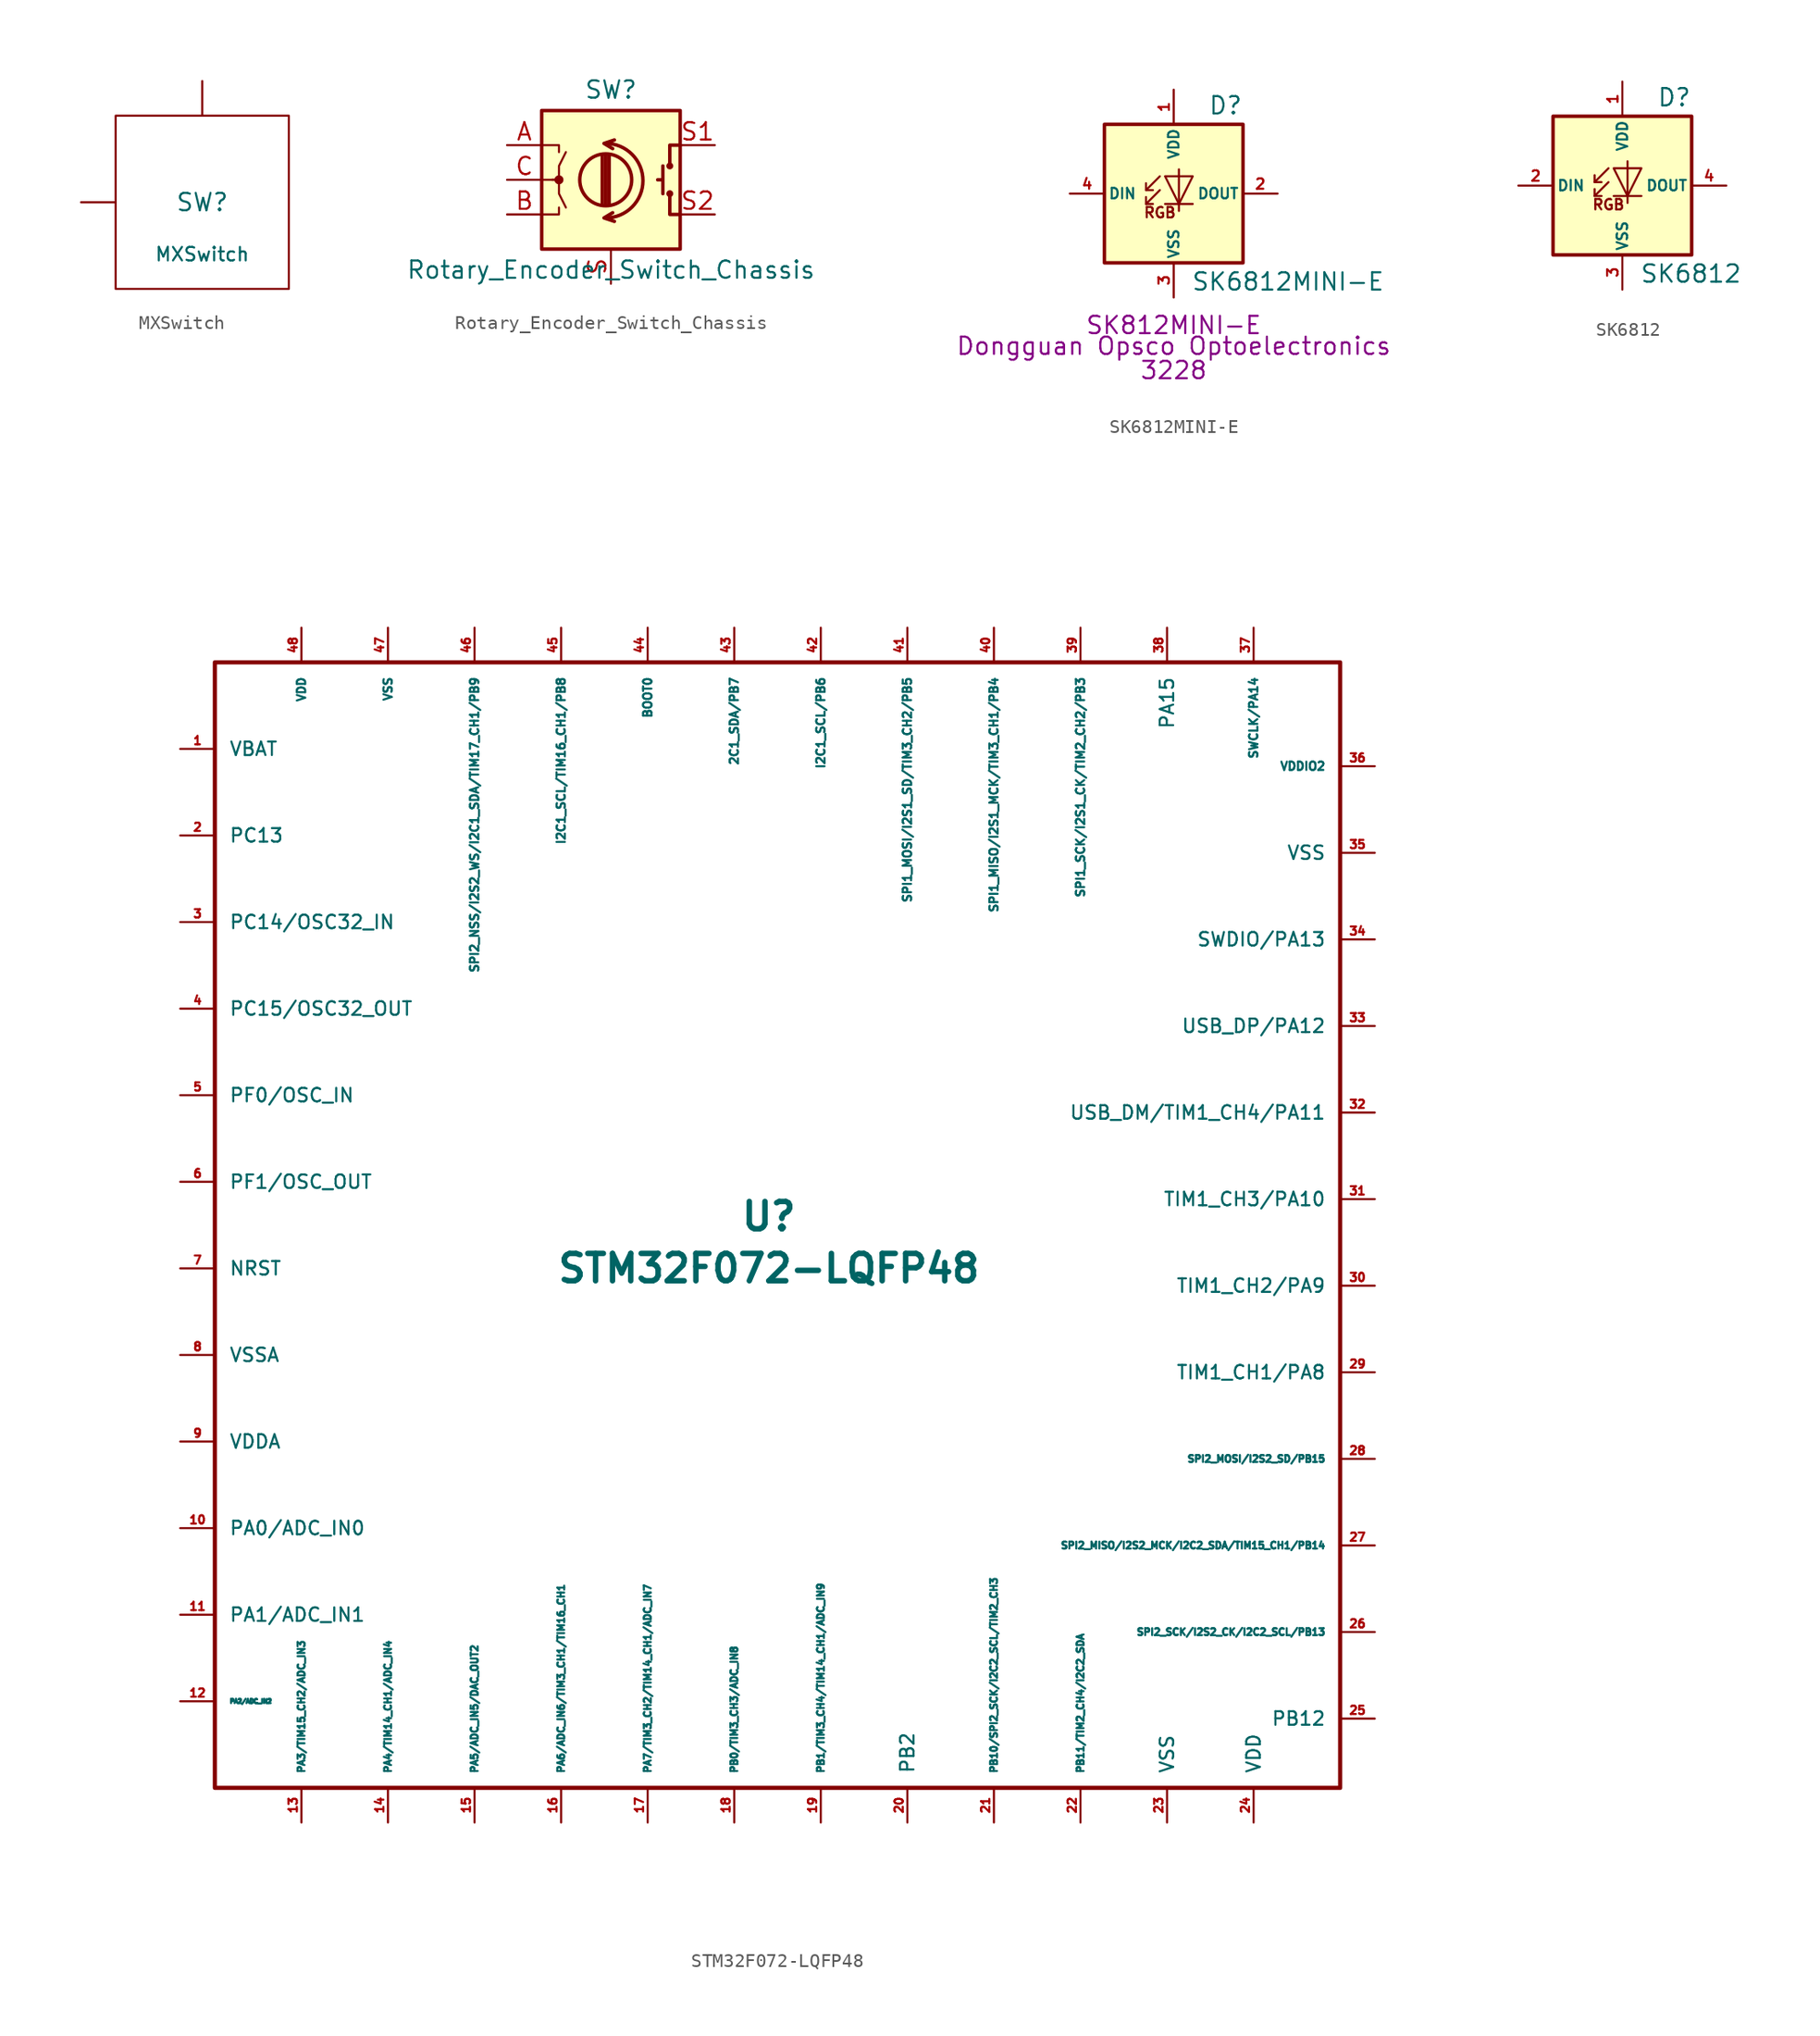
<source format=kicad_sym>
(kicad_symbol_lib
  (version 20201005)
  (generator kicad_symbol_editor)
  (symbol "acheronSymbols:MXSwitch"
    (pin_names
      (offset 1.016))
    (property "Reference" "SW"
      (at 0 0 0)
      (effects (font (size 1.27 1.27))))
    (property "Value" "MXSwitch"
      (at 0 -3.81 0)
      (effects (font (size 0.991 0.991))))
    (symbol "MXSwitch_0_1"
      (rectangle (start -6.35 6.35) (end 6.35 -6.35) (stroke (width 0)) (fill (type none)))
      (polyline (pts (xy -6.35 0) (xy -8.89 0)) (stroke (width 0)) (fill (type none)))
      (polyline (pts (xy 0 6.35) (xy 0 8.89)) (stroke (width 0)) (fill (type none))))
    (symbol "MXSwitch_1_1"
      (pin output line (at -8.89 0 0) (length 2.54) hide (name "Col" (effects (font (size 0.508 0.508)))) (number "1" (effects (font (size 0.508 0.508)))))
      (pin input line (at 0 8.89 270) (length 2.54) hide (name "Row" (effects (font (size 0.508 0.508)))) (number "2" (effects (font (size 0.508 0.508)))))))
  (symbol "acheronSymbols:Rotary_Encoder_Switch_Chassis"
    (pin_names
      (offset 0.254) hide)
    (property "Reference" "SW"
      (at 0 6.604 0)
      (effects (font (size 1.27 1.27))))
    (property "Value" "Rotary_Encoder_Switch_Chassis"
      (at 0 -6.604 0)
      (effects (font (size 1.27 1.27))))
    (symbol "Rotary_Encoder_Switch_Chassis_0_1"
      (arc (start -0.381 -2.794) (end -0.381 2.667) (radius (at -0.381 -0.0508) (length 2.7432) (angles -89.9 89.9)) (stroke (width 0.254)) (fill (type none)))
      (circle (center -0.381 0) (radius 1.905) (stroke (width 0.254)) (fill (type none)))
      (circle (center 4.318 -1.016) (radius 0.127) (stroke (width 0.254)) (fill (type none)))
      (circle (center 4.318 1.016) (radius 0.127) (stroke (width 0.254)) (fill (type none)))
      (circle (center -3.81 0) (radius 0.254) (stroke (width 0)) (fill (type outline)))
      (rectangle (start -5.08 5.08) (end 5.08 -5.08) (stroke (width 0.254)) (fill (type background)))
      (polyline (pts (xy -0.635 -1.778) (xy -0.635 1.778)) (stroke (width 0.254)) (fill (type none)))
      (polyline (pts (xy -0.381 -1.778) (xy -0.381 1.778)) (stroke (width 0.254)) (fill (type none)))
      (polyline (pts (xy -0.127 1.778) (xy -0.127 -1.778)) (stroke (width 0.254)) (fill (type none)))
      (polyline (pts (xy 3.81 0) (xy 3.429 0)) (stroke (width 0.254)) (fill (type none)))
      (polyline (pts (xy 3.81 1.016) (xy 3.81 -1.016)) (stroke (width 0.254)) (fill (type none)))
      (polyline (pts (xy -5.08 -2.54) (xy -3.81 -2.54) (xy -3.81 -2.032)) (stroke (width 0)) (fill (type none)))
      (polyline (pts (xy -5.08 2.54) (xy -3.81 2.54) (xy -3.81 2.032)) (stroke (width 0)) (fill (type none)))
      (polyline (pts (xy 0.254 -3.048) (xy -0.508 -2.794) (xy 0.127 -2.413)) (stroke (width 0.254)) (fill (type none)))
      (polyline (pts (xy 0.254 2.921) (xy -0.508 2.667) (xy 0.127 2.286)) (stroke (width 0.254)) (fill (type none)))
      (polyline (pts (xy 5.08 -2.54) (xy 4.318 -2.54) (xy 4.318 -1.016)) (stroke (width 0.254)) (fill (type none)))
      (polyline (pts (xy 5.08 2.54) (xy 4.318 2.54) (xy 4.318 1.016)) (stroke (width 0.254)) (fill (type none)))
      (polyline (pts (xy -5.08 0) (xy -3.81 0) (xy -3.81 -1.016) (xy -3.302 -2.032)) (stroke (width 0)) (fill (type none)))
      (polyline (pts (xy -4.318 0) (xy -3.81 0) (xy -3.81 1.016) (xy -3.302 2.032)) (stroke (width 0)) (fill (type none))))
    (symbol "Rotary_Encoder_Switch_Chassis_1_1"
      (pin passive line (at -7.62 2.54 0) (length 2.54) (name "A" (effects (font (size 1.27 1.27)))) (number "A" (effects (font (size 1.27 1.27)))))
      (pin passive line (at -7.62 -2.54 0) (length 2.54) (name "B" (effects (font (size 1.27 1.27)))) (number "B" (effects (font (size 1.27 1.27)))))
      (pin passive line (at -7.62 0 0) (length 2.54) (name "C" (effects (font (size 1.27 1.27)))) (number "C" (effects (font (size 1.27 1.27)))))
      (pin bidirectional line (at 0 -7.62 90) (length 2.54) (name "Shield" (effects (font (size 1.27 1.27)))) (number "S" (effects (font (size 1.27 1.27)))))
      (pin passive line (at 7.62 2.54 180) (length 2.54) (name "S1" (effects (font (size 1.27 1.27)))) (number "S1" (effects (font (size 1.27 1.27)))))
      (pin passive line (at 7.62 -2.54 180) (length 2.54) (name "S2" (effects (font (size 1.27 1.27)))) (number "S2" (effects (font (size 1.27 1.27)))))))
  (symbol "acheronSymbols:SK6812MINI-E"
    (pin_names
      (offset 0.254))
    (property "Reference" "D"
      (at 5.08 5.715 0)
      (effects (font (size 1.27 1.27)) (justify right bottom)))
    (property "Value" "SK6812MINI-E"
      (at 1.27 -5.715 0)
      (effects (font (size 1.27 1.27)) (justify left top)))
    (property "MFN" "Dongguan Opsco Optoelectronics"
      (at 0 -11.176 0)
      (effects (font (size 1.27 1.27))))
    (property "MPN" "SK812MINI-E"
      (at 0 -9.652 0)
      (effects (font (size 1.27 1.27))))
    (property "PKG" "3228"
      (at 0 -12.954 0)
      (effects (font (size 1.27 1.27))))
    (symbol "SK6812MINI-E_0_0"
      (text "RGB" (at -1.016 -1.397 0) (effects (font (size 0.762 0.762)))))
    (symbol "SK6812MINI-E_0_1"
      (rectangle (start 5.08 5.08) (end -5.08 -5.08) (stroke (width 0.254)) (fill (type background)))
      (polyline (pts (xy -2.032 -0.762) (xy -1.524 -0.762)) (stroke (width 0)) (fill (type none)))
      (polyline (pts (xy -2.032 0.254) (xy -1.524 0.254)) (stroke (width 0)) (fill (type none)))
      (polyline (pts (xy 1.397 -0.762) (xy -0.635 -0.762)) (stroke (width 0)) (fill (type none)))
      (polyline (pts (xy -1.016 0.254) (xy -2.032 -0.762) (xy -2.032 -0.254)) (stroke (width 0)) (fill (type none)))
      (polyline (pts (xy -1.016 1.27) (xy -2.032 0.254) (xy -2.032 0.762)) (stroke (width 0)) (fill (type none)))
      (polyline (pts (xy 0.381 1.778) (xy 0.381 -0.762) (xy 0.381 -1.27)) (stroke (width 0)) (fill (type none)))
      (polyline (pts (xy 1.397 1.27) (xy -0.635 1.27) (xy 0.381 -0.762) (xy 1.397 1.27)) (stroke (width 0)) (fill (type none))))
    (symbol "SK6812MINI-E_1_1"
      (pin power_in line (at 0 7.62 270) (length 2.54) (name "VDD" (effects (font (size 0.762 0.762)))) (number "1" (effects (font (size 0.762 0.762)))))
      (pin output line (at 7.62 0 180) (length 2.54) (name "DOUT" (effects (font (size 0.762 0.762)))) (number "2" (effects (font (size 0.762 0.762)))))
      (pin power_in line (at 0 -7.62 90) (length 2.54) (name "VSS" (effects (font (size 0.762 0.762)))) (number "3" (effects (font (size 0.762 0.762)))))
      (pin input line (at -7.62 0 0) (length 2.54) (name "DIN" (effects (font (size 0.762 0.762)))) (number "4" (effects (font (size 0.762 0.762)))))))
  (symbol "acheronSymbols:SK6812"
    (pin_names
      (offset 0.254))
    (property "Reference" "D"
      (at 5.08 5.715 0)
      (effects (font (size 1.27 1.27)) (justify right bottom)))
    (property "Value" "SK6812"
      (at 1.27 -5.715 0)
      (effects (font (size 1.27 1.27)) (justify left top)))
    (symbol "SK6812_0_0"
      (text "RGB" (at -1.016 -1.397 0) (effects (font (size 0.762 0.762)))))
    (symbol "SK6812_0_1"
      (rectangle (start 5.08 5.08) (end -5.08 -5.08) (stroke (width 0.254)) (fill (type background)))
      (polyline (pts (xy -2.032 -0.762) (xy -1.524 -0.762)) (stroke (width 0)) (fill (type none)))
      (polyline (pts (xy -2.032 0.254) (xy -1.524 0.254)) (stroke (width 0)) (fill (type none)))
      (polyline (pts (xy 1.397 -0.762) (xy -0.635 -0.762)) (stroke (width 0)) (fill (type none)))
      (polyline (pts (xy -1.016 0.254) (xy -2.032 -0.762) (xy -2.032 -0.254)) (stroke (width 0)) (fill (type none)))
      (polyline (pts (xy -1.016 1.27) (xy -2.032 0.254) (xy -2.032 0.762)) (stroke (width 0)) (fill (type none)))
      (polyline (pts (xy 0.381 1.778) (xy 0.381 -0.762) (xy 0.381 -1.27)) (stroke (width 0)) (fill (type none)))
      (polyline (pts (xy 1.397 1.27) (xy -0.635 1.27) (xy 0.381 -0.762) (xy 1.397 1.27)) (stroke (width 0)) (fill (type none))))
    (symbol "SK6812_1_1"
      (pin power_in line (at 0 7.62 270) (length 2.54) (name "VDD" (effects (font (size 0.762 0.762)))) (number "1" (effects (font (size 0.762 0.762)))))
      (pin input line (at -7.62 0 0) (length 2.54) (name "DIN" (effects (font (size 0.762 0.762)))) (number "2" (effects (font (size 0.762 0.762)))))
      (pin power_in line (at 0 -7.62 90) (length 2.54) (name "VSS" (effects (font (size 0.762 0.762)))) (number "3" (effects (font (size 0.762 0.762)))))
      (pin output line (at 7.62 0 180) (length 2.54) (name "DOUT" (effects (font (size 0.762 0.762)))) (number "4" (effects (font (size 0.762 0.762)))))))
  (symbol "acheronSymbols:STM32F072-LQFP48"
    (pin_names
      (offset 1.016))
    (property "Reference" "U"
      (at 0 1.27 0)
      (effects (font (size 2.007 2.007) bold)))
    (property "Value" "STM32F072-LQFP48"
      (at 0 -2.54 0)
      (effects (font (size 2.007 2.007) bold)))
    (symbol "STM32F072-LQFP48_0_1"
      (rectangle (start 41.91 41.91) (end -40.64 -40.64) (stroke (width 0.305)) (fill (type none))))
    (symbol "STM32F072-LQFP48_1_1"
      (pin power_in line (at -43.18 35.56 0) (length 2.54) (name "VBAT" (effects (font (size 0.991 0.991)))) (number "1" (effects (font (size 0.61 0.61)))))
      (pin bidirectional line (at -43.18 -21.59 0) (length 2.54) (name "PA0/ADC_IN0" (effects (font (size 0.991 0.991)))) (number "10" (effects (font (size 0.61 0.61)))))
      (pin bidirectional line (at -43.18 -27.94 0) (length 2.54) (name "PA1/ADC_IN1" (effects (font (size 0.991 0.991)))) (number "11" (effects (font (size 0.61 0.61)))))
      (pin bidirectional line (at -43.18 -34.29 0) (length 2.54) (name "PA2/ADC_IN2" (effects (font (size 0.305 0.305)))) (number "12" (effects (font (size 0.61 0.61)))))
      (pin bidirectional line (at -34.29 -43.18 90) (length 2.54) (name "PA3/TIM15_CH2/ADC_IN3" (effects (font (size 0.508 0.508)))) (number "13" (effects (font (size 0.61 0.61)))))
      (pin bidirectional line (at -27.94 -43.18 90) (length 2.54) (name "PA4/TIM14_CH1/ADC_IN4" (effects (font (size 0.508 0.508)))) (number "14" (effects (font (size 0.61 0.61)))))
      (pin bidirectional line (at -21.59 -43.18 90) (length 2.54) (name "PA5/ADC_IN5/DAC_OUT2" (effects (font (size 0.508 0.508)))) (number "15" (effects (font (size 0.61 0.61)))))
      (pin bidirectional line (at -15.24 -43.18 90) (length 2.54) (name "PA6/ADC_IN6/TIM3_CH1/TIM16_CH1" (effects (font (size 0.508 0.508)))) (number "16" (effects (font (size 0.61 0.61)))))
      (pin bidirectional line (at -8.89 -43.18 90) (length 2.54) (name "PA7/TIM3_CH2/TIM14_CH1/ADC_IN7" (effects (font (size 0.508 0.508)))) (number "17" (effects (font (size 0.61 0.61)))))
      (pin bidirectional line (at -2.54 -43.18 90) (length 2.54) (name "PB0/TIM3_CH3/ADC_IN8" (effects (font (size 0.508 0.508)))) (number "18" (effects (font (size 0.61 0.61)))))
      (pin bidirectional line (at 3.81 -43.18 90) (length 2.54) (name "PB1/TIM3_CH4/TIM14_CH1/ADC_IN9" (effects (font (size 0.508 0.508)))) (number "19" (effects (font (size 0.61 0.61)))))
      (pin bidirectional line (at -43.18 29.21 0) (length 2.54) (name "PC13" (effects (font (size 0.991 0.991)))) (number "2" (effects (font (size 0.61 0.61)))))
      (pin bidirectional line (at 10.16 -43.18 90) (length 2.54) (name "PB2" (effects (font (size 0.991 0.991)))) (number "20" (effects (font (size 0.61 0.61)))))
      (pin bidirectional line (at 16.51 -43.18 90) (length 2.54) (name "PB10/SPI2_SCK/I2C2_SCL/TIM2_CH3" (effects (font (size 0.508 0.508)))) (number "21" (effects (font (size 0.61 0.61)))))
      (pin bidirectional line (at 22.86 -43.18 90) (length 2.54) (name "PB11/TIM2_CH4/I2C2_SDA" (effects (font (size 0.508 0.508)))) (number "22" (effects (font (size 0.61 0.61)))))
      (pin power_in line (at 29.21 -43.18 90) (length 2.54) (name "VSS" (effects (font (size 0.991 0.991)))) (number "23" (effects (font (size 0.61 0.61)))))
      (pin power_in line (at 35.56 -43.18 90) (length 2.54) (name "VDD" (effects (font (size 0.991 0.991)))) (number "24" (effects (font (size 0.61 0.61)))))
      (pin bidirectional line (at 44.45 -35.56 180) (length 2.54) (name "PB12" (effects (font (size 0.991 0.991)))) (number "25" (effects (font (size 0.61 0.61)))))
      (pin bidirectional line (at 44.45 -29.21 180) (length 2.54) (name "SPI2_SCK/I2S2_CK/I2C2_SCL/PB13" (effects (font (size 0.508 0.508)))) (number "26" (effects (font (size 0.61 0.61)))))
      (pin bidirectional line (at 44.45 -22.86 180) (length 2.54) (name "SPI2_MISO/I2S2_MCK/I2C2_SDA/TIM15_CH1/PB14" (effects (font (size 0.508 0.508)))) (number "27" (effects (font (size 0.61 0.61)))))
      (pin bidirectional line (at 44.45 -16.51 180) (length 2.54) (name "SPI2_MOSI/I2S2_SD/PB15" (effects (font (size 0.508 0.508)))) (number "28" (effects (font (size 0.61 0.61)))))
      (pin bidirectional line (at 44.45 -10.16 180) (length 2.54) (name "TIM1_CH1/PA8" (effects (font (size 0.991 0.991)))) (number "29" (effects (font (size 0.61 0.61)))))
      (pin bidirectional line (at -43.18 22.86 0) (length 2.54) (name "PC14/OSC32_IN" (effects (font (size 0.991 0.991)))) (number "3" (effects (font (size 0.61 0.61)))))
      (pin bidirectional line (at 44.45 -3.81 180) (length 2.54) (name "TIM1_CH2/PA9" (effects (font (size 0.991 0.991)))) (number "30" (effects (font (size 0.61 0.61)))))
      (pin bidirectional line (at 44.45 2.54 180) (length 2.54) (name "TIM1_CH3/PA10" (effects (font (size 0.991 0.991)))) (number "31" (effects (font (size 0.61 0.61)))))
      (pin bidirectional line (at 44.45 8.89 180) (length 2.54) (name "USB_DM/TIM1_CH4/PA11" (effects (font (size 0.991 0.991)))) (number "32" (effects (font (size 0.61 0.61)))))
      (pin bidirectional line (at 44.45 15.24 180) (length 2.54) (name "USB_DP/PA12" (effects (font (size 0.991 0.991)))) (number "33" (effects (font (size 0.61 0.61)))))
      (pin bidirectional line (at 44.45 21.59 180) (length 2.54) (name "SWDIO/PA13" (effects (font (size 0.991 0.991)))) (number "34" (effects (font (size 0.61 0.61)))))
      (pin power_in line (at 44.45 27.94 180) (length 2.54) (name "VSS" (effects (font (size 0.991 0.991)))) (number "35" (effects (font (size 0.61 0.61)))))
      (pin power_in line (at 44.45 34.29 180) (length 2.54) (name "VDDIO2" (effects (font (size 0.61 0.61)))) (number "36" (effects (font (size 0.61 0.61)))))
      (pin bidirectional line (at 35.56 44.45 270) (length 2.54) (name "SWCLK/PA14" (effects (font (size 0.61 0.61)))) (number "37" (effects (font (size 0.61 0.61)))))
      (pin bidirectional line (at 29.21 44.45 270) (length 2.54) (name "PA15" (effects (font (size 0.991 0.991)))) (number "38" (effects (font (size 0.61 0.61)))))
      (pin bidirectional line (at 22.86 44.45 270) (length 2.54) (name "SPI1_SCK/I2S1_CK/TIM2_CH2/PB3" (effects (font (size 0.61 0.61)))) (number "39" (effects (font (size 0.61 0.61)))))
      (pin bidirectional line (at -43.18 16.51 0) (length 2.54) (name "PC15/OSC32_OUT" (effects (font (size 0.991 0.991)))) (number "4" (effects (font (size 0.61 0.61)))))
      (pin bidirectional line (at 16.51 44.45 270) (length 2.54) (name "SPI1_MISO/I2S1_MCK/TIM3_CH1/PB4" (effects (font (size 0.61 0.61)))) (number "40" (effects (font (size 0.61 0.61)))))
      (pin bidirectional line (at 10.16 44.45 270) (length 2.54) (name "SPI1_MOSI/I2S1_SD/TIM3_CH2/PB5" (effects (font (size 0.61 0.61)))) (number "41" (effects (font (size 0.61 0.61)))))
      (pin bidirectional line (at 3.81 44.45 270) (length 2.54) (name "I2C1_SCL/PB6" (effects (font (size 0.61 0.61)))) (number "42" (effects (font (size 0.61 0.61)))))
      (pin bidirectional line (at -2.54 44.45 270) (length 2.54) (name "2C1_SDA/PB7" (effects (font (size 0.61 0.61)))) (number "43" (effects (font (size 0.61 0.61)))))
      (pin output line (at -8.89 44.45 270) (length 2.54) (name "BOOT0" (effects (font (size 0.61 0.61)))) (number "44" (effects (font (size 0.61 0.61)))))
      (pin bidirectional line (at -15.24 44.45 270) (length 2.54) (name "I2C1_SCL/TIM16_CH1/PB8" (effects (font (size 0.61 0.61)))) (number "45" (effects (font (size 0.61 0.61)))))
      (pin input line (at -21.59 44.45 270) (length 2.54) (name "SPI2_NSS/I2S2_WS/I2C1_SDA/TIM17_CH1/PB9" (effects (font (size 0.61 0.61)))) (number "46" (effects (font (size 0.61 0.61)))))
      (pin input line (at -27.94 44.45 270) (length 2.54) (name "VSS" (effects (font (size 0.61 0.61)))) (number "47" (effects (font (size 0.61 0.61)))))
      (pin input line (at -34.29 44.45 270) (length 2.54) (name "VDD" (effects (font (size 0.61 0.61)))) (number "48" (effects (font (size 0.61 0.61)))))
      (pin bidirectional line (at -43.18 10.16 0) (length 2.54) (name "PF0/OSC_IN" (effects (font (size 0.991 0.991)))) (number "5" (effects (font (size 0.61 0.61)))))
      (pin bidirectional line (at -43.18 3.81 0) (length 2.54) (name "PF1/OSC_OUT" (effects (font (size 0.991 0.991)))) (number "6" (effects (font (size 0.61 0.61)))))
      (pin input line (at -43.18 -2.54 0) (length 2.54) (name "NRST" (effects (font (size 0.991 0.991)))) (number "7" (effects (font (size 0.61 0.61)))))
      (pin power_in line (at -43.18 -8.89 0) (length 2.54) (name "VSSA" (effects (font (size 0.991 0.991)))) (number "8" (effects (font (size 0.61 0.61)))))
      (pin power_in line (at -43.18 -15.24 0) (length 2.54) (name "VDDA" (effects (font (size 0.991 0.991)))) (number "9" (effects (font (size 0.61 0.61))))))))
</source>
